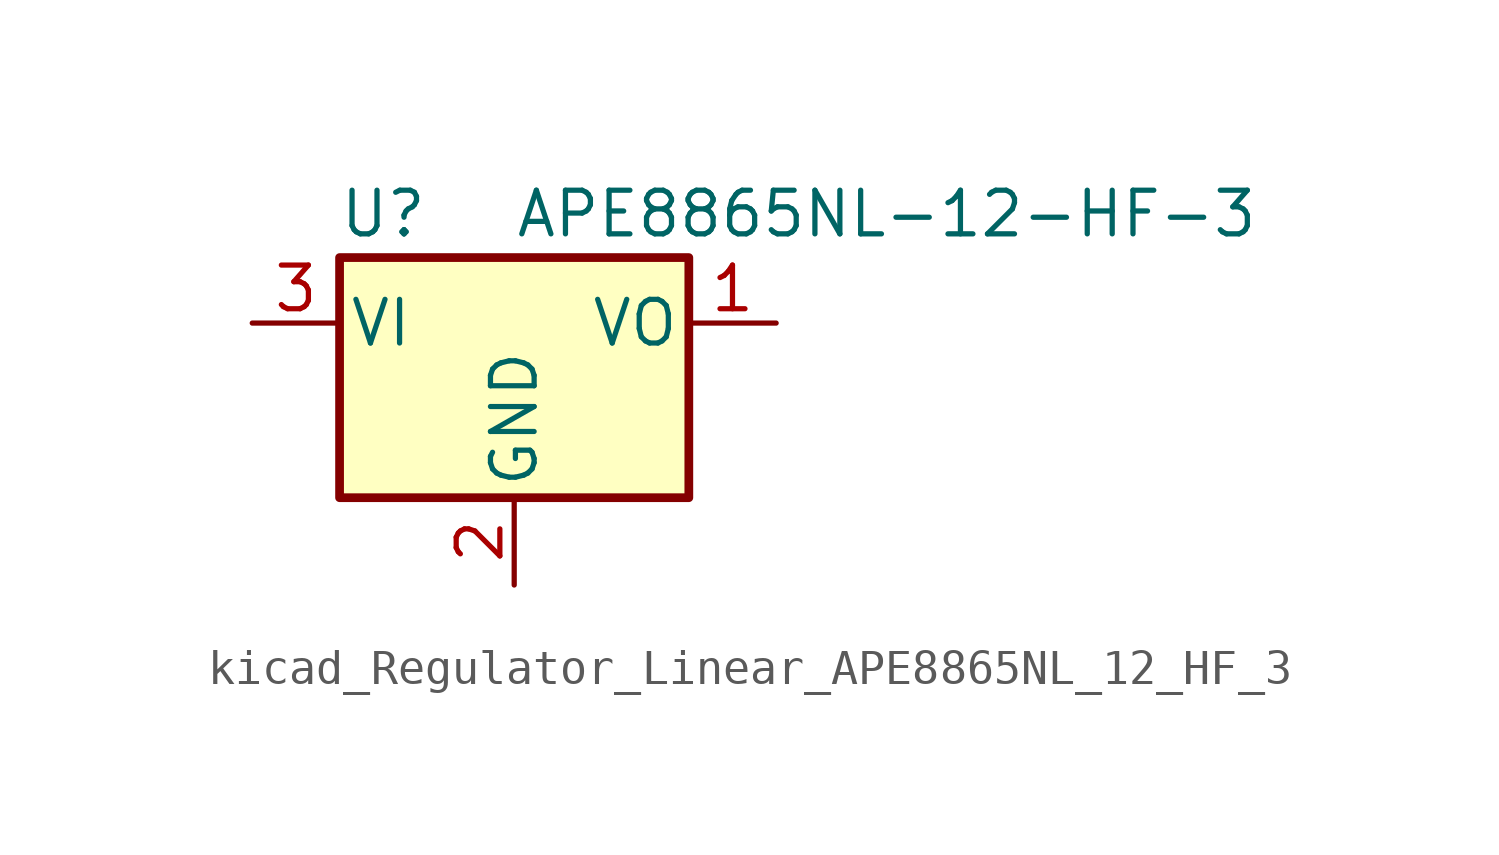
<source format=kicad_sym>
(kicad_symbol_lib
  (version 20220914)
  (generator kicad_symbol_editor)
  (symbol "kicad_Regulator_Linear_APE8865NL_12_HF_3"
    (pin_names
      (offset 0.254))
    (property "Reference" "U"
      (at -3.81 3.175 0)
      (effects (font (size 1.27 1.27))))
    (property "Value" "APE8865NL-12-HF-3"
      (at 0 3.175 0)
      (effects (font (size 1.27 1.27)) (justify left)))
    (symbol "kicad_Regulator_Linear_APE8865NL_12_HF_3_0_1"
      (rectangle (start -5.08 1.905) (end 5.08 -5.08) (stroke (width 0.254) (type default)) (fill (type background))))
    (symbol "kicad_Regulator_Linear_APE8865NL_12_HF_3_1_1"
      (pin power_out line (at 7.62 0 180) (length 2.54) (name "VO" (effects (font (size 1.27 1.27)))) (number "1" (effects (font (size 1.27 1.27)))))
      (pin power_in line (at 0 -7.62 90) (length 2.54) (name "GND" (effects (font (size 1.27 1.27)))) (number "2" (effects (font (size 1.27 1.27)))))
      (pin power_in line (at -7.62 0 0) (length 2.54) (name "VI" (effects (font (size 1.27 1.27)))) (number "3" (effects (font (size 1.27 1.27))))))))
</source>
